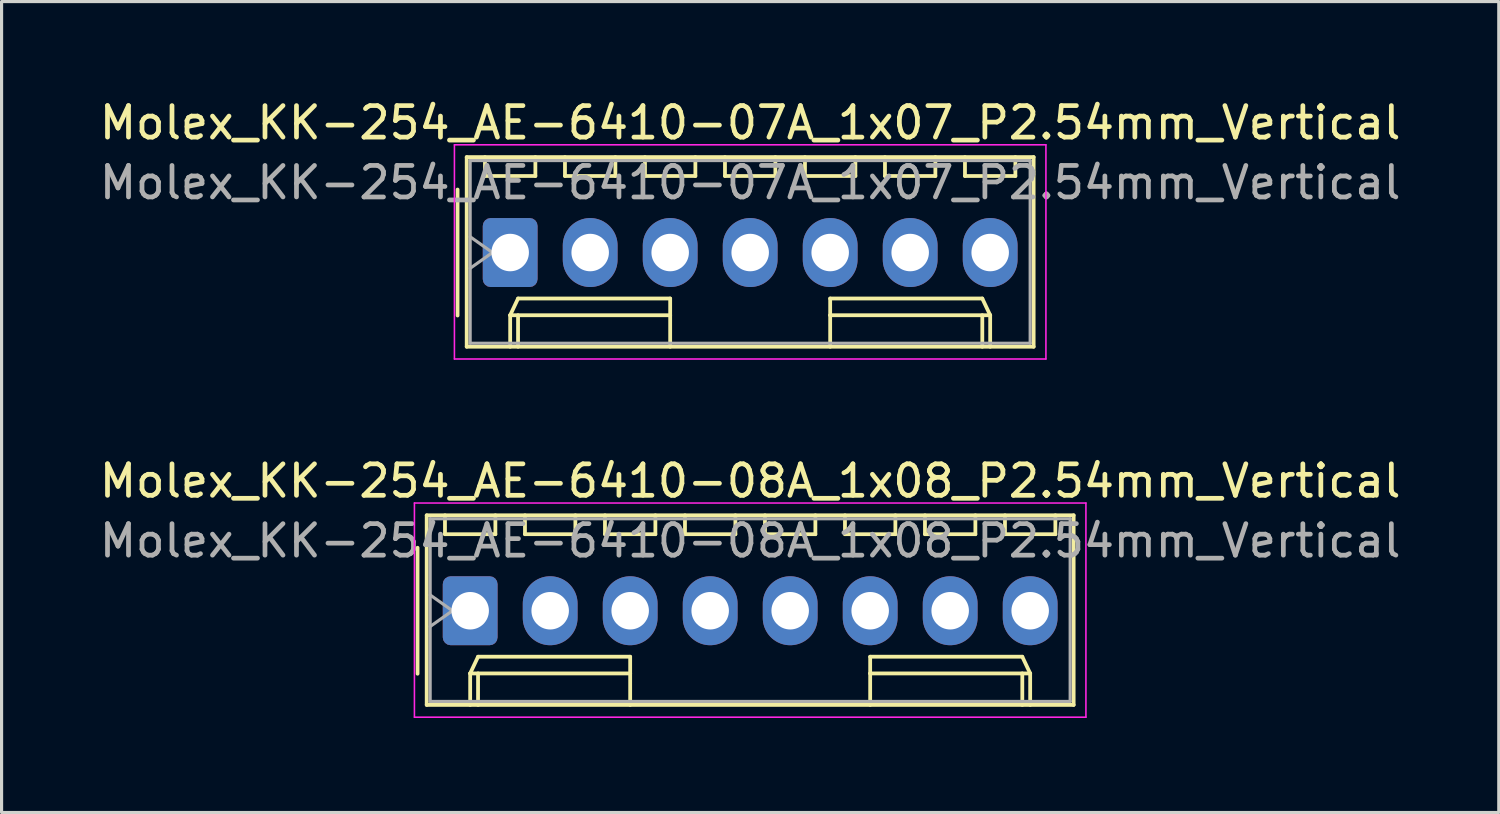
<source format=kicad_pcb>
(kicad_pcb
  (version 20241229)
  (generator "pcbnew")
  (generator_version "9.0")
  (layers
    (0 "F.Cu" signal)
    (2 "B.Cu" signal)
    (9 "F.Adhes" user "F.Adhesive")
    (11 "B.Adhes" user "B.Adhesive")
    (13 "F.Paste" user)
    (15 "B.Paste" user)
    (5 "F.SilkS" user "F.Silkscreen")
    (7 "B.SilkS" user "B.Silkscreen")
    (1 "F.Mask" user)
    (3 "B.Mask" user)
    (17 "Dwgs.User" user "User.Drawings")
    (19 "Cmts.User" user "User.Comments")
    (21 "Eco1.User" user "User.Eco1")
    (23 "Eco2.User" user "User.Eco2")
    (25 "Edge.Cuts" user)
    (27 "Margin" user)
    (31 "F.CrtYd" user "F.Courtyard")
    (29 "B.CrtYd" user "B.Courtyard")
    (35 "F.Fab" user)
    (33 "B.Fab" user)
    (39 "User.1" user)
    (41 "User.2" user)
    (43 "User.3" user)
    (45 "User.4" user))
  (footprint "Molex_KK-254_AE-6410-07A_1x07_P2.54mm_Vertical"
    (layer "F.Cu")
    (at 13.148 4.968)
    (property "Reference" "Molex_KK-254_AE-6410-07A_1x07_P2.54mm_Vertical" (at 7.62 -4.12 0) (layer "F.SilkS") (effects (font (size 1 1) (thickness 0.15))))
    (attr through_hole)
    (fp_line (start -1.67 -2) (end -1.67 2) (stroke (width 0.12) (type solid)) (layer "F.SilkS"))
    (fp_line (start -1.38 -3.03) (end -1.38 2.99) (stroke (width 0.12) (type solid)) (layer "F.SilkS"))
    (fp_line (start -1.38 2.99) (end 16.62 2.99) (stroke (width 0.12) (type solid)) (layer "F.SilkS"))
    (fp_line (start -0.8 -3.03) (end -0.8 -2.43) (stroke (width 0.12) (type solid)) (layer "F.SilkS"))
    (fp_line (start -0.8 -2.43) (end 0.8 -2.43) (stroke (width 0.12) (type solid)) (layer "F.SilkS"))
    (fp_line (start 0 1.99) (end 0.25 1.46) (stroke (width 0.12) (type solid)) (layer "F.SilkS"))
    (fp_line (start 0 1.99) (end 5.08 1.99) (stroke (width 0.12) (type solid)) (layer "F.SilkS"))
    (fp_line (start 0 2.99) (end 0 1.99) (stroke (width 0.12) (type solid)) (layer "F.SilkS"))
    (fp_line (start 0.25 1.46) (end 5.08 1.46) (stroke (width 0.12) (type solid)) (layer "F.SilkS"))
    (fp_line (start 0.25 2.99) (end 0.25 1.99) (stroke (width 0.12) (type solid)) (layer "F.SilkS"))
    (fp_line (start 0.8 -2.43) (end 0.8 -3.03) (stroke (width 0.12) (type solid)) (layer "F.SilkS"))
    (fp_line (start 1.74 -3.03) (end 1.74 -2.43) (stroke (width 0.12) (type solid)) (layer "F.SilkS"))
    (fp_line (start 1.74 -2.43) (end 3.34 -2.43) (stroke (width 0.12) (type solid)) (layer "F.SilkS"))
    (fp_line (start 3.34 -2.43) (end 3.34 -3.03) (stroke (width 0.12) (type solid)) (layer "F.SilkS"))
    (fp_line (start 4.28 -3.03) (end 4.28 -2.43) (stroke (width 0.12) (type solid)) (layer "F.SilkS"))
    (fp_line (start 4.28 -2.43) (end 5.88 -2.43) (stroke (width 0.12) (type solid)) (layer "F.SilkS"))
    (fp_line (start 5.08 1.46) (end 5.08 1.99) (stroke (width 0.12) (type solid)) (layer "F.SilkS"))
    (fp_line (start 5.08 1.99) (end 5.08 2.99) (stroke (width 0.12) (type solid)) (layer "F.SilkS"))
    (fp_line (start 5.88 -2.43) (end 5.88 -3.03) (stroke (width 0.12) (type solid)) (layer "F.SilkS"))
    (fp_line (start 6.82 -3.03) (end 6.82 -2.43) (stroke (width 0.12) (type solid)) (layer "F.SilkS"))
    (fp_line (start 6.82 -2.43) (end 8.42 -2.43) (stroke (width 0.12) (type solid)) (layer "F.SilkS"))
    (fp_line (start 8.42 -2.43) (end 8.42 -3.03) (stroke (width 0.12) (type solid)) (layer "F.SilkS"))
    (fp_line (start 9.36 -3.03) (end 9.36 -2.43) (stroke (width 0.12) (type solid)) (layer "F.SilkS"))
    (fp_line (start 9.36 -2.43) (end 10.96 -2.43) (stroke (width 0.12) (type solid)) (layer "F.SilkS"))
    (fp_line (start 10.16 1.46) (end 10.16 1.99) (stroke (width 0.12) (type solid)) (layer "F.SilkS"))
    (fp_line (start 10.16 1.99) (end 10.16 2.99) (stroke (width 0.12) (type solid)) (layer "F.SilkS"))
    (fp_line (start 10.96 -2.43) (end 10.96 -3.03) (stroke (width 0.12) (type solid)) (layer "F.SilkS"))
    (fp_line (start 11.9 -3.03) (end 11.9 -2.43) (stroke (width 0.12) (type solid)) (layer "F.SilkS"))
    (fp_line (start 11.9 -2.43) (end 13.5 -2.43) (stroke (width 0.12) (type solid)) (layer "F.SilkS"))
    (fp_line (start 13.5 -2.43) (end 13.5 -3.03) (stroke (width 0.12) (type solid)) (layer "F.SilkS"))
    (fp_line (start 14.44 -3.03) (end 14.44 -2.43) (stroke (width 0.12) (type solid)) (layer "F.SilkS"))
    (fp_line (start 14.44 -2.43) (end 16.04 -2.43) (stroke (width 0.12) (type solid)) (layer "F.SilkS"))
    (fp_line (start 14.99 1.46) (end 10.16 1.46) (stroke (width 0.12) (type solid)) (layer "F.SilkS"))
    (fp_line (start 14.99 2.99) (end 14.99 1.99) (stroke (width 0.12) (type solid)) (layer "F.SilkS"))
    (fp_line (start 15.24 1.99) (end 10.16 1.99) (stroke (width 0.12) (type solid)) (layer "F.SilkS"))
    (fp_line (start 15.24 1.99) (end 14.99 1.46) (stroke (width 0.12) (type solid)) (layer "F.SilkS"))
    (fp_line (start 15.24 2.99) (end 15.24 1.99) (stroke (width 0.12) (type solid)) (layer "F.SilkS"))
    (fp_line (start 16.04 -2.43) (end 16.04 -3.03) (stroke (width 0.12) (type solid)) (layer "F.SilkS"))
    (fp_line (start 16.62 -3.03) (end -1.38 -3.03) (stroke (width 0.12) (type solid)) (layer "F.SilkS"))
    (fp_line (start 16.62 2.99) (end 16.62 -3.03) (stroke (width 0.12) (type solid)) (layer "F.SilkS"))
    (fp_line (start -1.77 -3.42) (end -1.77 3.38) (stroke (width 0.05) (type solid)) (layer "F.CrtYd"))
    (fp_line (start -1.77 3.38) (end 17.01 3.38) (stroke (width 0.05) (type solid)) (layer "F.CrtYd"))
    (fp_line (start 17.01 -3.42) (end -1.77 -3.42) (stroke (width 0.05) (type solid)) (layer "F.CrtYd"))
    (fp_line (start 17.01 3.38) (end 17.01 -3.42) (stroke (width 0.05) (type solid)) (layer "F.CrtYd"))
    (fp_line (start -1.27 -2.92) (end -1.27 2.88) (stroke (width 0.1) (type solid)) (layer "F.Fab"))
    (fp_line (start -1.27 -0.5) (end -0.563 0) (stroke (width 0.1) (type solid)) (layer "F.Fab"))
    (fp_line (start -1.27 2.88) (end 16.51 2.88) (stroke (width 0.1) (type solid)) (layer "F.Fab"))
    (fp_line (start -0.563 0) (end -1.27 0.5) (stroke (width 0.1) (type solid)) (layer "F.Fab"))
    (fp_line (start 16.51 -2.92) (end -1.27 -2.92) (stroke (width 0.1) (type solid)) (layer "F.Fab"))
    (fp_line (start 16.51 2.88) (end 16.51 -2.92) (stroke (width 0.1) (type solid)) (layer "F.Fab"))
    (fp_text user "${REFERENCE}" (at 7.62 -2.22 0) (layer "F.Fab") (effects (font (size 1 1) (thickness 0.15))))
    (pad "1" thru_hole roundrect (at 0 0) (size 1.74 2.19) (drill 1.19) (layers "*.Cu" "*.Mask") (roundrect_rratio 0.144))
    (pad "2" thru_hole oval (at 2.54 0) (size 1.74 2.19) (drill 1.19) (layers "*.Cu" "*.Mask"))
    (pad "3" thru_hole oval (at 5.08 0) (size 1.74 2.19) (drill 1.19) (layers "*.Cu" "*.Mask"))
    (pad "4" thru_hole oval (at 7.62 0) (size 1.74 2.19) (drill 1.19) (layers "*.Cu" "*.Mask"))
    (pad "5" thru_hole oval (at 10.16 0) (size 1.74 2.19) (drill 1.19) (layers "*.Cu" "*.Mask"))
    (pad "6" thru_hole oval (at 12.7 0) (size 1.74 2.19) (drill 1.19) (layers "*.Cu" "*.Mask"))
    (pad "7" thru_hole oval (at 15.24 0) (size 1.74 2.19) (drill 1.19) (layers "*.Cu" "*.Mask")))
  (footprint "Molex_KK-254_AE-6410-08A_1x08_P2.54mm_Vertical"
    (layer "F.Cu")
    (at 11.878 16.341)
    (property "Reference" "Molex_KK-254_AE-6410-08A_1x08_P2.54mm_Vertical" (at 8.89 -4.12 0) (layer "F.SilkS") (effects (font (size 1 1) (thickness 0.15))))
    (attr through_hole)
    (fp_line (start -1.67 -2) (end -1.67 2) (stroke (width 0.12) (type solid)) (layer "F.SilkS"))
    (fp_line (start -1.38 -3.03) (end -1.38 2.99) (stroke (width 0.12) (type solid)) (layer "F.SilkS"))
    (fp_line (start -1.38 2.99) (end 19.16 2.99) (stroke (width 0.12) (type solid)) (layer "F.SilkS"))
    (fp_line (start -0.8 -3.03) (end -0.8 -2.43) (stroke (width 0.12) (type solid)) (layer "F.SilkS"))
    (fp_line (start -0.8 -2.43) (end 0.8 -2.43) (stroke (width 0.12) (type solid)) (layer "F.SilkS"))
    (fp_line (start 0 1.99) (end 0.25 1.46) (stroke (width 0.12) (type solid)) (layer "F.SilkS"))
    (fp_line (start 0 1.99) (end 5.08 1.99) (stroke (width 0.12) (type solid)) (layer "F.SilkS"))
    (fp_line (start 0 2.99) (end 0 1.99) (stroke (width 0.12) (type solid)) (layer "F.SilkS"))
    (fp_line (start 0.25 1.46) (end 5.08 1.46) (stroke (width 0.12) (type solid)) (layer "F.SilkS"))
    (fp_line (start 0.25 2.99) (end 0.25 1.99) (stroke (width 0.12) (type solid)) (layer "F.SilkS"))
    (fp_line (start 0.8 -2.43) (end 0.8 -3.03) (stroke (width 0.12) (type solid)) (layer "F.SilkS"))
    (fp_line (start 1.74 -3.03) (end 1.74 -2.43) (stroke (width 0.12) (type solid)) (layer "F.SilkS"))
    (fp_line (start 1.74 -2.43) (end 3.34 -2.43) (stroke (width 0.12) (type solid)) (layer "F.SilkS"))
    (fp_line (start 3.34 -2.43) (end 3.34 -3.03) (stroke (width 0.12) (type solid)) (layer "F.SilkS"))
    (fp_line (start 4.28 -3.03) (end 4.28 -2.43) (stroke (width 0.12) (type solid)) (layer "F.SilkS"))
    (fp_line (start 4.28 -2.43) (end 5.88 -2.43) (stroke (width 0.12) (type solid)) (layer "F.SilkS"))
    (fp_line (start 5.08 1.46) (end 5.08 1.99) (stroke (width 0.12) (type solid)) (layer "F.SilkS"))
    (fp_line (start 5.08 1.99) (end 5.08 2.99) (stroke (width 0.12) (type solid)) (layer "F.SilkS"))
    (fp_line (start 5.88 -2.43) (end 5.88 -3.03) (stroke (width 0.12) (type solid)) (layer "F.SilkS"))
    (fp_line (start 6.82 -3.03) (end 6.82 -2.43) (stroke (width 0.12) (type solid)) (layer "F.SilkS"))
    (fp_line (start 6.82 -2.43) (end 8.42 -2.43) (stroke (width 0.12) (type solid)) (layer "F.SilkS"))
    (fp_line (start 8.42 -2.43) (end 8.42 -3.03) (stroke (width 0.12) (type solid)) (layer "F.SilkS"))
    (fp_line (start 9.36 -3.03) (end 9.36 -2.43) (stroke (width 0.12) (type solid)) (layer "F.SilkS"))
    (fp_line (start 9.36 -2.43) (end 10.96 -2.43) (stroke (width 0.12) (type solid)) (layer "F.SilkS"))
    (fp_line (start 10.96 -2.43) (end 10.96 -3.03) (stroke (width 0.12) (type solid)) (layer "F.SilkS"))
    (fp_line (start 11.9 -3.03) (end 11.9 -2.43) (stroke (width 0.12) (type solid)) (layer "F.SilkS"))
    (fp_line (start 11.9 -2.43) (end 13.5 -2.43) (stroke (width 0.12) (type solid)) (layer "F.SilkS"))
    (fp_line (start 12.7 1.46) (end 12.7 1.99) (stroke (width 0.12) (type solid)) (layer "F.SilkS"))
    (fp_line (start 12.7 1.99) (end 12.7 2.99) (stroke (width 0.12) (type solid)) (layer "F.SilkS"))
    (fp_line (start 13.5 -2.43) (end 13.5 -3.03) (stroke (width 0.12) (type solid)) (layer "F.SilkS"))
    (fp_line (start 14.44 -3.03) (end 14.44 -2.43) (stroke (width 0.12) (type solid)) (layer "F.SilkS"))
    (fp_line (start 14.44 -2.43) (end 16.04 -2.43) (stroke (width 0.12) (type solid)) (layer "F.SilkS"))
    (fp_line (start 16.04 -2.43) (end 16.04 -3.03) (stroke (width 0.12) (type solid)) (layer "F.SilkS"))
    (fp_line (start 16.98 -3.03) (end 16.98 -2.43) (stroke (width 0.12) (type solid)) (layer "F.SilkS"))
    (fp_line (start 16.98 -2.43) (end 18.58 -2.43) (stroke (width 0.12) (type solid)) (layer "F.SilkS"))
    (fp_line (start 17.53 1.46) (end 12.7 1.46) (stroke (width 0.12) (type solid)) (layer "F.SilkS"))
    (fp_line (start 17.53 2.99) (end 17.53 1.99) (stroke (width 0.12) (type solid)) (layer "F.SilkS"))
    (fp_line (start 17.78 1.99) (end 12.7 1.99) (stroke (width 0.12) (type solid)) (layer "F.SilkS"))
    (fp_line (start 17.78 1.99) (end 17.53 1.46) (stroke (width 0.12) (type solid)) (layer "F.SilkS"))
    (fp_line (start 17.78 2.99) (end 17.78 1.99) (stroke (width 0.12) (type solid)) (layer "F.SilkS"))
    (fp_line (start 18.58 -2.43) (end 18.58 -3.03) (stroke (width 0.12) (type solid)) (layer "F.SilkS"))
    (fp_line (start 19.16 -3.03) (end -1.38 -3.03) (stroke (width 0.12) (type solid)) (layer "F.SilkS"))
    (fp_line (start 19.16 2.99) (end 19.16 -3.03) (stroke (width 0.12) (type solid)) (layer "F.SilkS"))
    (fp_line (start -1.77 -3.42) (end -1.77 3.38) (stroke (width 0.05) (type solid)) (layer "F.CrtYd"))
    (fp_line (start -1.77 3.38) (end 19.55 3.38) (stroke (width 0.05) (type solid)) (layer "F.CrtYd"))
    (fp_line (start 19.55 -3.42) (end -1.77 -3.42) (stroke (width 0.05) (type solid)) (layer "F.CrtYd"))
    (fp_line (start 19.55 3.38) (end 19.55 -3.42) (stroke (width 0.05) (type solid)) (layer "F.CrtYd"))
    (fp_line (start -1.27 -2.92) (end -1.27 2.88) (stroke (width 0.1) (type solid)) (layer "F.Fab"))
    (fp_line (start -1.27 -0.5) (end -0.563 0) (stroke (width 0.1) (type solid)) (layer "F.Fab"))
    (fp_line (start -1.27 2.88) (end 19.05 2.88) (stroke (width 0.1) (type solid)) (layer "F.Fab"))
    (fp_line (start -0.563 0) (end -1.27 0.5) (stroke (width 0.1) (type solid)) (layer "F.Fab"))
    (fp_line (start 19.05 -2.92) (end -1.27 -2.92) (stroke (width 0.1) (type solid)) (layer "F.Fab"))
    (fp_line (start 19.05 2.88) (end 19.05 -2.92) (stroke (width 0.1) (type solid)) (layer "F.Fab"))
    (fp_text user "${REFERENCE}" (at 8.89 -2.22 0) (layer "F.Fab") (effects (font (size 1 1) (thickness 0.15))))
    (pad "1" thru_hole roundrect (at 0 0) (size 1.74 2.19) (drill 1.19) (layers "*.Cu" "*.Mask") (roundrect_rratio 0.144))
    (pad "2" thru_hole oval (at 2.54 0) (size 1.74 2.19) (drill 1.19) (layers "*.Cu" "*.Mask"))
    (pad "3" thru_hole oval (at 5.08 0) (size 1.74 2.19) (drill 1.19) (layers "*.Cu" "*.Mask"))
    (pad "4" thru_hole oval (at 7.62 0) (size 1.74 2.19) (drill 1.19) (layers "*.Cu" "*.Mask"))
    (pad "5" thru_hole oval (at 10.16 0) (size 1.74 2.19) (drill 1.19) (layers "*.Cu" "*.Mask"))
    (pad "6" thru_hole oval (at 12.7 0) (size 1.74 2.19) (drill 1.19) (layers "*.Cu" "*.Mask"))
    (pad "7" thru_hole oval (at 15.24 0) (size 1.74 2.19) (drill 1.19) (layers "*.Cu" "*.Mask"))
    (pad "8" thru_hole oval (at 17.78 0) (size 1.74 2.19) (drill 1.19) (layers "*.Cu" "*.Mask")))
  (gr_rect
    (start -3 -3)
    (end 44.536 22.747)
    (stroke (width 0.1) (type default))
    (fill no)
    (layer "Edge.Cuts")))
</source>
